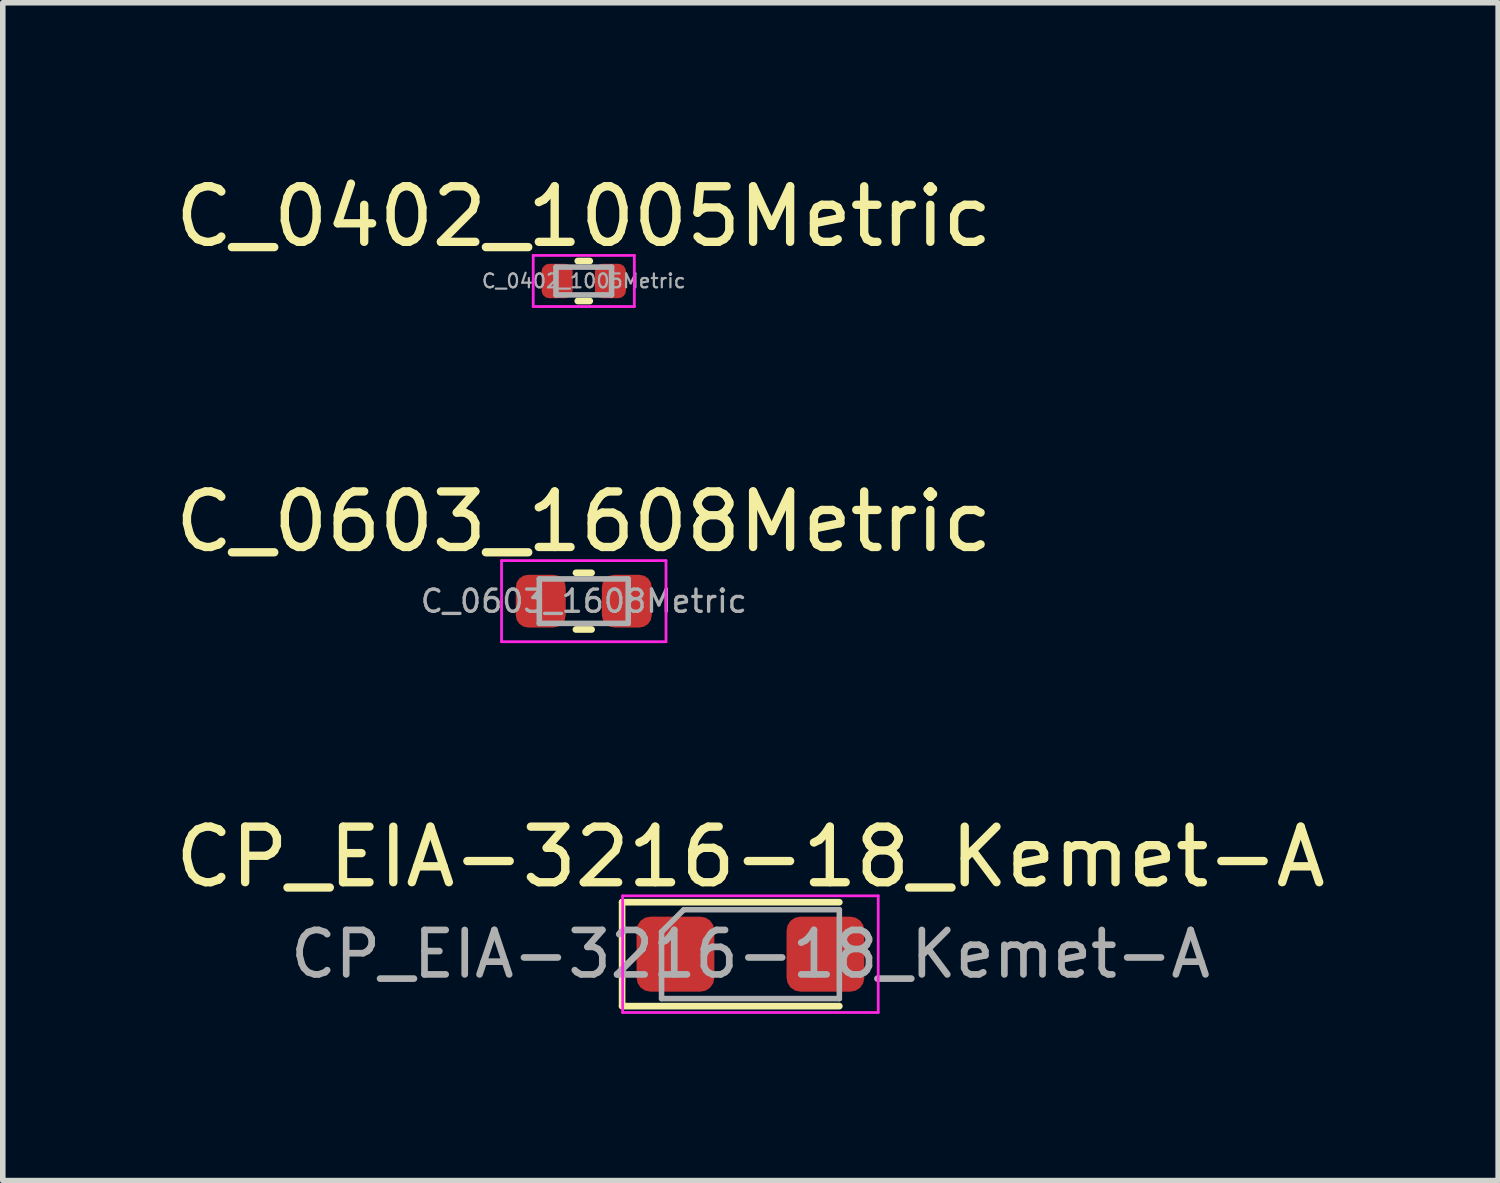
<source format=kicad_pcb>
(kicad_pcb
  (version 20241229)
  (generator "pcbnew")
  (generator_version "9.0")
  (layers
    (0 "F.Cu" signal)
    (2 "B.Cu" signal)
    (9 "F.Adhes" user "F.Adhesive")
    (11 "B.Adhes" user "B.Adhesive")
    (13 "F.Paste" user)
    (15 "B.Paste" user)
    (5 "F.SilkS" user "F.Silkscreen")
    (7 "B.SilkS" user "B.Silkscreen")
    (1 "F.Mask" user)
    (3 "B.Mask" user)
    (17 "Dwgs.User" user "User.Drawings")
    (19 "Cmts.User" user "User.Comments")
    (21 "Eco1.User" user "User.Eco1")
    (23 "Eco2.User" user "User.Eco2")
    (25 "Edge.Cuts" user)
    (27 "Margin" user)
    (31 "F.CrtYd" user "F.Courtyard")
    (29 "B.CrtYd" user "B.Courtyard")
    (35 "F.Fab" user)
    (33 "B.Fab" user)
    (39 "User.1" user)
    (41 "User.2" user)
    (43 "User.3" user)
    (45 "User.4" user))
  (footprint "C_0603_1608Metric"
    (layer "F.Cu")
    (at 7.458 7.771)
    (property "Reference" "C_0603_1608Metric" (at 0 -1.43 0) (layer "F.SilkS") (effects (font (size 1 1) (thickness 0.15))))
    (attr smd)
    (fp_line (start -0.141 -0.51) (end 0.141 -0.51) (stroke (width 0.12) (type solid)) (layer "F.SilkS"))
    (fp_line (start -0.141 0.51) (end 0.141 0.51) (stroke (width 0.12) (type solid)) (layer "F.SilkS"))
    (fp_line (start -1.48 -0.73) (end 1.48 -0.73) (stroke (width 0.05) (type solid)) (layer "F.CrtYd"))
    (fp_line (start -1.48 0.73) (end -1.48 -0.73) (stroke (width 0.05) (type solid)) (layer "F.CrtYd"))
    (fp_line (start 1.48 -0.73) (end 1.48 0.73) (stroke (width 0.05) (type solid)) (layer "F.CrtYd"))
    (fp_line (start 1.48 0.73) (end -1.48 0.73) (stroke (width 0.05) (type solid)) (layer "F.CrtYd"))
    (fp_line (start -0.8 -0.4) (end 0.8 -0.4) (stroke (width 0.1) (type solid)) (layer "F.Fab"))
    (fp_line (start -0.8 0.4) (end -0.8 -0.4) (stroke (width 0.1) (type solid)) (layer "F.Fab"))
    (fp_line (start 0.8 -0.4) (end 0.8 0.4) (stroke (width 0.1) (type solid)) (layer "F.Fab"))
    (fp_line (start 0.8 0.4) (end -0.8 0.4) (stroke (width 0.1) (type solid)) (layer "F.Fab"))
    (fp_text user "${REFERENCE}" (at 0 0 0) (layer "F.Fab") (effects (font (size 0.4 0.4) (thickness 0.06))))
    (pad "1" smd roundrect (at -0.775 0) (size 0.9 0.95) (layers "F.Cu" "F.Mask" "F.Paste") (roundrect_rratio 0.25))
    (pad "2" smd roundrect (at 0.775 0) (size 0.9 0.95) (layers "F.Cu" "F.Mask" "F.Paste") (roundrect_rratio 0.25)))
  (footprint "C_0402_1005Metric"
    (layer "F.Cu")
    (at 7.458 2.008)
    (property "Reference" "C_0402_1005Metric" (at 0 -1.16 180) (layer "F.SilkS") (effects (font (size 1 1) (thickness 0.15))))
    (attr smd)
    (fp_line (start -0.108 -0.36) (end 0.108 -0.36) (stroke (width 0.12) (type solid)) (layer "F.SilkS"))
    (fp_line (start -0.108 0.36) (end 0.108 0.36) (stroke (width 0.12) (type solid)) (layer "F.SilkS"))
    (fp_line (start -0.91 -0.46) (end 0.91 -0.46) (stroke (width 0.05) (type solid)) (layer "F.CrtYd"))
    (fp_line (start -0.91 0.46) (end -0.91 -0.46) (stroke (width 0.05) (type solid)) (layer "F.CrtYd"))
    (fp_line (start 0.91 -0.46) (end 0.91 0.46) (stroke (width 0.05) (type solid)) (layer "F.CrtYd"))
    (fp_line (start 0.91 0.46) (end -0.91 0.46) (stroke (width 0.05) (type solid)) (layer "F.CrtYd"))
    (fp_line (start -0.5 -0.25) (end 0.5 -0.25) (stroke (width 0.1) (type solid)) (layer "F.Fab"))
    (fp_line (start -0.5 0.25) (end -0.5 -0.25) (stroke (width 0.1) (type solid)) (layer "F.Fab"))
    (fp_line (start 0.5 -0.25) (end 0.5 0.25) (stroke (width 0.1) (type solid)) (layer "F.Fab"))
    (fp_line (start 0.5 0.25) (end -0.5 0.25) (stroke (width 0.1) (type solid)) (layer "F.Fab"))
    (fp_text user "${REFERENCE}" (at 0 0 180) (layer "F.Fab") (effects (font (size 0.25 0.25) (thickness 0.04))))
    (pad "1" smd roundrect (at -0.48 0) (size 0.56 0.62) (layers "F.Cu" "F.Mask" "F.Paste") (roundrect_rratio 0.25))
    (pad "2" smd roundrect (at 0.48 0) (size 0.56 0.62) (layers "F.Cu" "F.Mask" "F.Paste") (roundrect_rratio 0.25)))
  (footprint "CP_EIA-3216-18_Kemet-A"
    (layer "F.Cu")
    (at 10.458 14.125)
    (property "Reference" "CP_EIA-3216-18_Kemet-A" (at 0 -1.75 180) (layer "F.SilkS") (effects (font (size 1 1) (thickness 0.15))))
    (attr smd)
    (fp_line (start -2.31 -0.935) (end -2.31 0.935) (stroke (width 0.12) (type solid)) (layer "F.SilkS"))
    (fp_line (start -2.31 0.935) (end 1.6 0.935) (stroke (width 0.12) (type solid)) (layer "F.SilkS"))
    (fp_line (start 1.6 -0.935) (end -2.31 -0.935) (stroke (width 0.12) (type solid)) (layer "F.SilkS"))
    (fp_line (start -2.3 -1.05) (end 2.3 -1.05) (stroke (width 0.05) (type solid)) (layer "F.CrtYd"))
    (fp_line (start -2.3 1.05) (end -2.3 -1.05) (stroke (width 0.05) (type solid)) (layer "F.CrtYd"))
    (fp_line (start 2.3 -1.05) (end 2.3 1.05) (stroke (width 0.05) (type solid)) (layer "F.CrtYd"))
    (fp_line (start 2.3 1.05) (end -2.3 1.05) (stroke (width 0.05) (type solid)) (layer "F.CrtYd"))
    (fp_line (start -1.6 -0.4) (end -1.6 0.8) (stroke (width 0.1) (type solid)) (layer "F.Fab"))
    (fp_line (start -1.6 0.8) (end 1.6 0.8) (stroke (width 0.1) (type solid)) (layer "F.Fab"))
    (fp_line (start -1.2 -0.8) (end -1.6 -0.4) (stroke (width 0.1) (type solid)) (layer "F.Fab"))
    (fp_line (start 1.6 -0.8) (end -1.2 -0.8) (stroke (width 0.1) (type solid)) (layer "F.Fab"))
    (fp_line (start 1.6 0.8) (end 1.6 -0.8) (stroke (width 0.1) (type solid)) (layer "F.Fab"))
    (fp_text user "${REFERENCE}" (at 0 0 180) (layer "F.Fab") (effects (font (size 0.8 0.8) (thickness 0.12))))
    (pad "1" smd roundrect (at -1.35 0) (size 1.4 1.35) (layers "F.Cu" "F.Mask" "F.Paste") (roundrect_rratio 0.185))
    (pad "2" smd roundrect (at 1.35 0) (size 1.4 1.35) (layers "F.Cu" "F.Mask" "F.Paste") (roundrect_rratio 0.185)))
  (gr_rect
    (start -3 -3)
    (end 23.917 18.2)
    (stroke (width 0.1) (type default))
    (fill no)
    (layer "Edge.Cuts")))
</source>
